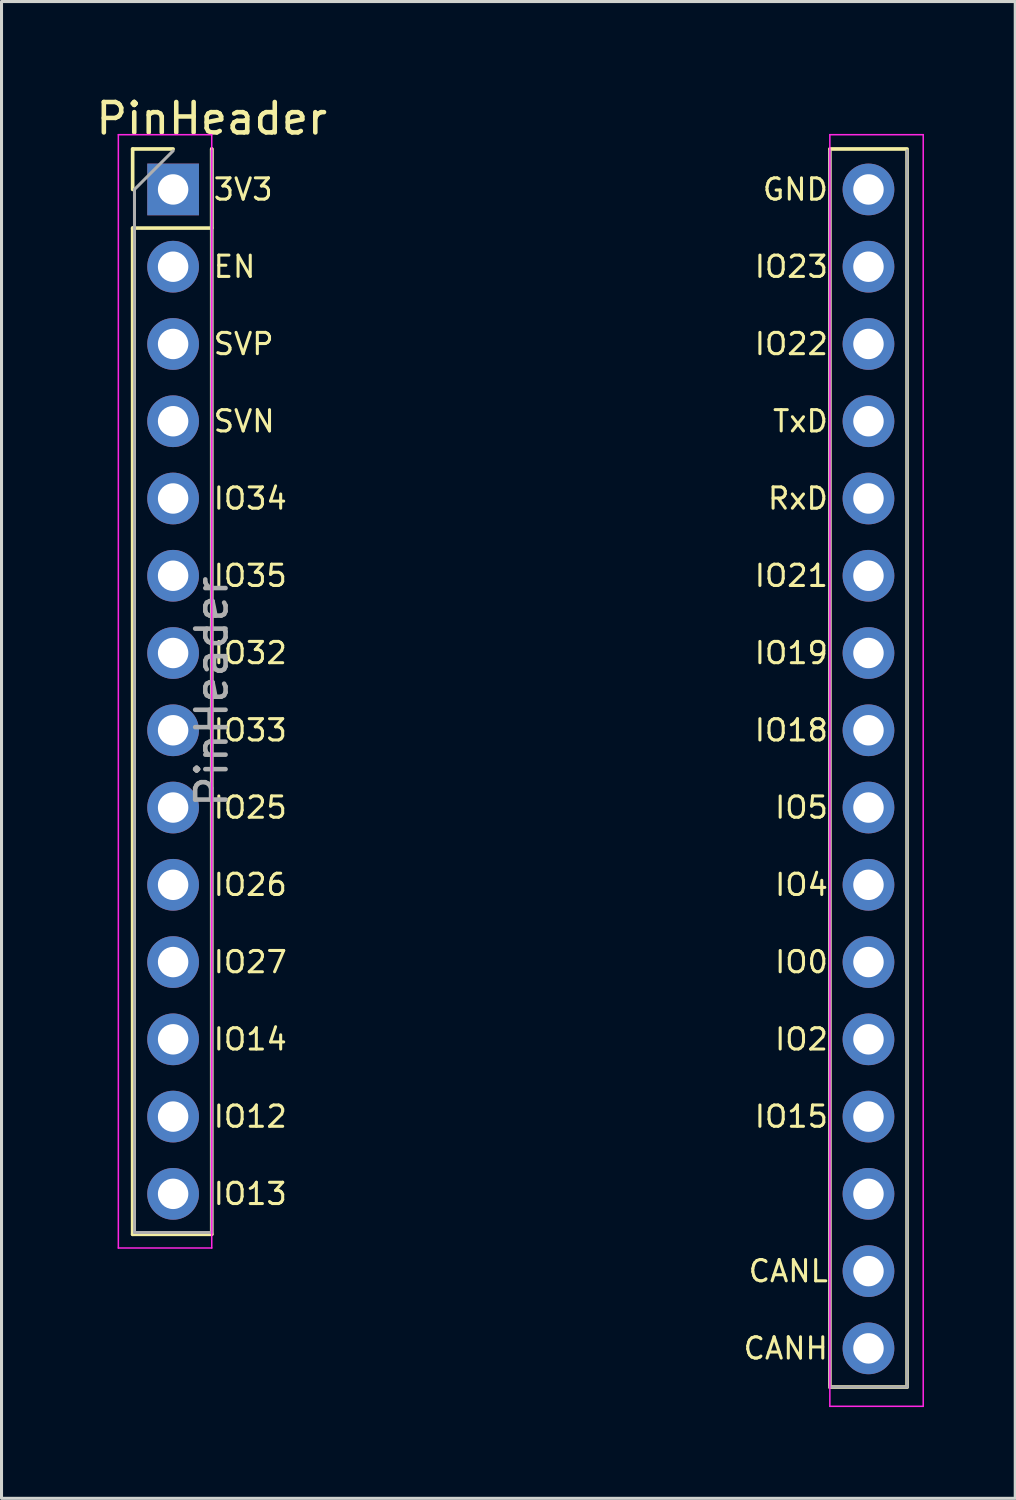
<source format=kicad_pcb>
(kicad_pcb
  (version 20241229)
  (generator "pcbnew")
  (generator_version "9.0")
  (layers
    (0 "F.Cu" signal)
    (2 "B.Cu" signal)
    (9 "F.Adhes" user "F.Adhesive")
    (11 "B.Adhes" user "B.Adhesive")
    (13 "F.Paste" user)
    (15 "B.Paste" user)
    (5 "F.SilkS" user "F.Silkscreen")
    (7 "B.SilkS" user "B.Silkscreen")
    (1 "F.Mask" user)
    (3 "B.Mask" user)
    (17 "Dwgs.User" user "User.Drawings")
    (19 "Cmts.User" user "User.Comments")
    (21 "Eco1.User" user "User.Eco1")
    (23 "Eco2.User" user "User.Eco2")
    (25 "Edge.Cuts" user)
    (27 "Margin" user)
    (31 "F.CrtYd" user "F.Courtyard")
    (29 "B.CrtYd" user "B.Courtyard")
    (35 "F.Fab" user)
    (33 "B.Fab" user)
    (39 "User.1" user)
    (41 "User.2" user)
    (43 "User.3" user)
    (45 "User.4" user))
  (footprint "PinHeader"
    (layer "F.Cu")
    (at 2.641 3.178)
    (property "Reference" "PinHeader" (at 1.27 -2.33 0) (layer "F.SilkS") (effects (font (size 1 1) (thickness 0.15))))
    (attr through_hole)
    (fp_line (start -1.33 -1.33) (end 0 -1.33) (stroke (width 0.12) (type solid)) (layer "F.SilkS"))
    (fp_line (start -1.33 0) (end -1.33 -1.33) (stroke (width 0.12) (type solid)) (layer "F.SilkS"))
    (fp_line (start -1.33 1.27) (end -1.33 34.35) (stroke (width 0.12) (type solid)) (layer "F.SilkS"))
    (fp_line (start -1.33 1.27) (end 1.27 1.27) (stroke (width 0.12) (type solid)) (layer "F.SilkS"))
    (fp_line (start -1.33 34.35) (end 1.27 34.35) (stroke (width 0.12) (type solid)) (layer "F.SilkS"))
    (fp_line (start 1.27 -1.33) (end 1.27 34.35) (stroke (width 0.12) (type solid)) (layer "F.SilkS"))
    (fp_line (start 1.27 1.27) (end 1.27 -1.33) (stroke (width 0.12) (type solid)) (layer "F.SilkS"))
    (fp_line (start 21.59 -1.33) (end 24.13 -1.33) (stroke (width 0.12) (type solid)) (layer "F.SilkS"))
    (fp_line (start 21.59 -1.27) (end 21.59 39.37) (stroke (width 0.12) (type solid)) (layer "F.SilkS"))
    (fp_line (start 21.59 39.37) (end 24.13 39.37) (stroke (width 0.12) (type solid)) (layer "F.SilkS"))
    (fp_line (start 24.13 -1.27) (end 24.13 39.37) (stroke (width 0.12) (type solid)) (layer "F.SilkS"))
    (fp_line (start -1.8 -1.8) (end -1.8 34.8) (stroke (width 0.05) (type solid)) (layer "F.CrtYd"))
    (fp_line (start -1.8 34.8) (end 1.27 34.8) (stroke (width 0.05) (type solid)) (layer "F.CrtYd"))
    (fp_line (start 1.27 -1.8) (end -1.8 -1.8) (stroke (width 0.05) (type solid)) (layer "F.CrtYd"))
    (fp_line (start 1.27 34.8) (end 1.27 -1.8) (stroke (width 0.05) (type solid)) (layer "F.CrtYd"))
    (fp_line (start 21.59 -1.8) (end 21.59 40.005) (stroke (width 0.05) (type solid)) (layer "F.CrtYd"))
    (fp_line (start 21.59 40.005) (end 24.66 40.005) (stroke (width 0.05) (type solid)) (layer "F.CrtYd"))
    (fp_line (start 24.66 -1.8) (end 21.59 -1.8) (stroke (width 0.05) (type solid)) (layer "F.CrtYd"))
    (fp_line (start 24.66 -1.8) (end 24.66 40.005) (stroke (width 0.05) (type solid)) (layer "F.CrtYd"))
    (fp_line (start -1.27 0) (end 0 -1.27) (stroke (width 0.1) (type solid)) (layer "F.Fab"))
    (fp_line (start -1.27 34.29) (end -1.27 0) (stroke (width 0.1) (type solid)) (layer "F.Fab"))
    (fp_line (start 1.27 -1.27) (end 1.27 34.29) (stroke (width 0.1) (type solid)) (layer "F.Fab"))
    (fp_line (start 1.27 34.29) (end -1.27 34.29) (stroke (width 0.1) (type solid)) (layer "F.Fab"))
    (fp_line (start 21.59 39.37) (end 21.59 -1.27) (stroke (width 0.1) (type solid)) (layer "F.Fab"))
    (fp_line (start 24.13 -1.27) (end 24.13 39.37) (stroke (width 0.1) (type solid)) (layer "F.Fab"))
    (fp_line (start 24.13 39.37) (end 21.59 39.37) (stroke (width 0.1) (type solid)) (layer "F.Fab"))
    (fp_text user "IO2" (at 21.59 27.94 0) (layer "F.SilkS") (effects (font (size 0.7 0.7) (thickness 0.1)) (justify right)))
    (fp_text user "IO34" (at 1.27 10.16 0) (layer "F.SilkS") (effects (font (size 0.7 0.7) (thickness 0.1)) (justify left)))
    (fp_text user "IO15" (at 21.59 30.48 0) (layer "F.SilkS") (effects (font (size 0.7 0.7) (thickness 0.1)) (justify right)))
    (fp_text user "IO27" (at 1.27 25.4 0) (layer "F.SilkS") (effects (font (size 0.7 0.7) (thickness 0.1)) (justify left)))
    (fp_text user "EN" (at 1.27 2.54 0) (layer "F.SilkS") (effects (font (size 0.7 0.7) (thickness 0.1)) (justify left)))
    (fp_text user "IO25" (at 1.27 20.32 0) (layer "F.SilkS") (effects (font (size 0.7 0.7) (thickness 0.1)) (justify left)))
    (fp_text user "IO0" (at 21.59 25.4 0) (layer "F.SilkS") (effects (font (size 0.7 0.7) (thickness 0.1)) (justify right)))
    (fp_text user "IO13" (at 1.27 33.02 0) (layer "F.SilkS") (effects (font (size 0.7 0.7) (thickness 0.1)) (justify left)))
    (fp_text user "RxD" (at 21.59 10.16 0) (layer "F.SilkS") (effects (font (size 0.7 0.7) (thickness 0.1)) (justify right)))
    (fp_text user "IO12" (at 1.27 30.48 0) (layer "F.SilkS") (effects (font (size 0.7 0.7) (thickness 0.1)) (justify left)))
    (fp_text user "IO5" (at 21.59 20.32 0) (layer "F.SilkS") (effects (font (size 0.7 0.7) (thickness 0.1)) (justify right)))
    (fp_text user "IO35" (at 1.27 12.7 0) (layer "F.SilkS") (effects (font (size 0.7 0.7) (thickness 0.1)) (justify left)))
    (fp_text user "IO22" (at 21.59 5.08 0) (layer "F.SilkS") (effects (font (size 0.7 0.7) (thickness 0.1)) (justify right)))
    (fp_text user "IO4" (at 21.59 22.86 0) (layer "F.SilkS") (effects (font (size 0.7 0.7) (thickness 0.1)) (justify right)))
    (fp_text user "IO23" (at 21.59 2.54 0) (layer "F.SilkS") (effects (font (size 0.7 0.7) (thickness 0.1)) (justify right)))
    (fp_text user "IO21" (at 21.59 12.7 0) (layer "F.SilkS") (effects (font (size 0.7 0.7) (thickness 0.1)) (justify right)))
    (fp_text user "IO18" (at 21.59 17.78 0) (layer "F.SilkS") (effects (font (size 0.7 0.7) (thickness 0.1)) (justify right)))
    (fp_text user "TxD" (at 21.59 7.62 0) (layer "F.SilkS") (effects (font (size 0.7 0.7) (thickness 0.1)) (justify right)))
    (fp_text user "IO32" (at 1.27 15.24 0) (layer "F.SilkS") (effects (font (size 0.7 0.7) (thickness 0.1)) (justify left)))
    (fp_text user "GND" (at 21.59 0 0) (layer "F.SilkS") (effects (font (size 0.7 0.7) (thickness 0.1)) (justify right)))
    (fp_text user "CANH" (at 21.59 38.1 0) (layer "F.SilkS") (effects (font (size 0.7 0.7) (thickness 0.1)) (justify right)))
    (fp_text user "SVN" (at 1.27 7.62 0) (layer "F.SilkS") (effects (font (size 0.7 0.7) (thickness 0.1)) (justify left)))
    (fp_text user "IO33" (at 1.27 17.78 0) (layer "F.SilkS") (effects (font (size 0.7 0.7) (thickness 0.1)) (justify left)))
    (fp_text user "SVP" (at 1.27 5.08 0) (layer "F.SilkS") (effects (font (size 0.7 0.7) (thickness 0.1)) (justify left)))
    (fp_text user "IO19" (at 21.59 15.24 0) (layer "F.SilkS") (effects (font (size 0.7 0.7) (thickness 0.1)) (justify right)))
    (fp_text user "IO14" (at 1.27 27.94 0) (layer "F.SilkS") (effects (font (size 0.7 0.7) (thickness 0.1)) (justify left)))
    (fp_text user "3V3" (at 1.27 0 0) (layer "F.SilkS") (effects (font (size 0.7 0.7) (thickness 0.1)) (justify left)))
    (fp_text user "CANL" (at 21.59 35.56 0) (layer "F.SilkS") (effects (font (size 0.7 0.7) (thickness 0.1)) (justify right)))
    (fp_text user "IO26" (at 1.27 22.86 0) (layer "F.SilkS") (effects (font (size 0.7 0.7) (thickness 0.1)) (justify left)))
    (fp_text user "${REFERENCE}" (at 1.27 16.51 90) (layer "F.Fab") (effects (font (size 1 1) (thickness 0.15))))
    (pad "1" thru_hole rect (at 0 0) (size 1.7 1.7) (drill 1) (layers "*.Cu" "*.Mask"))
    (pad "2" thru_hole oval (at 0 2.54) (size 1.7 1.7) (drill 1) (layers "*.Cu" "*.Mask"))
    (pad "3" thru_hole oval (at 0 5.08) (size 1.7 1.7) (drill 1) (layers "*.Cu" "*.Mask"))
    (pad "4" thru_hole oval (at 0 7.62) (size 1.7 1.7) (drill 1) (layers "*.Cu" "*.Mask"))
    (pad "5" thru_hole oval (at 0 10.16) (size 1.7 1.7) (drill 1) (layers "*.Cu" "*.Mask"))
    (pad "6" thru_hole oval (at 0 12.7) (size 1.7 1.7) (drill 1) (layers "*.Cu" "*.Mask"))
    (pad "7" thru_hole oval (at 0 15.24) (size 1.7 1.7) (drill 1) (layers "*.Cu" "*.Mask"))
    (pad "8" thru_hole oval (at 0 17.78) (size 1.7 1.7) (drill 1) (layers "*.Cu" "*.Mask"))
    (pad "9" thru_hole oval (at 0 20.32) (size 1.7 1.7) (drill 1) (layers "*.Cu" "*.Mask"))
    (pad "10" thru_hole oval (at 0 22.86) (size 1.7 1.7) (drill 1) (layers "*.Cu" "*.Mask"))
    (pad "11" thru_hole oval (at 0 25.4) (size 1.7 1.7) (drill 1) (layers "*.Cu" "*.Mask"))
    (pad "12" thru_hole oval (at 0 27.94) (size 1.7 1.7) (drill 1) (layers "*.Cu" "*.Mask"))
    (pad "13" thru_hole oval (at 0 30.48) (size 1.7 1.7) (drill 1) (layers "*.Cu" "*.Mask"))
    (pad "14" thru_hole oval (at 0 33.02) (size 1.7 1.7) (drill 1) (layers "*.Cu" "*.Mask"))
    (pad "15" thru_hole oval (at 22.86 38.1) (size 1.7 1.7) (drill 1) (layers "*.Cu" "*.Mask"))
    (pad "16" thru_hole oval (at 22.86 35.56) (size 1.7 1.7) (drill 1) (layers "*.Cu" "*.Mask"))
    (pad "17" thru_hole oval (at 22.86 33.02) (size 1.7 1.7) (drill 1) (layers "*.Cu" "*.Mask"))
    (pad "18" thru_hole oval (at 22.86 30.48) (size 1.7 1.7) (drill 1) (layers "*.Cu" "*.Mask"))
    (pad "19" thru_hole oval (at 22.86 27.94) (size 1.7 1.7) (drill 1) (layers "*.Cu" "*.Mask"))
    (pad "20" thru_hole oval (at 22.86 25.4) (size 1.7 1.7) (drill 1) (layers "*.Cu" "*.Mask"))
    (pad "21" thru_hole oval (at 22.86 22.86) (size 1.7 1.7) (drill 1) (layers "*.Cu" "*.Mask"))
    (pad "22" thru_hole oval (at 22.86 20.32) (size 1.7 1.7) (drill 1) (layers "*.Cu" "*.Mask"))
    (pad "23" thru_hole oval (at 22.86 17.78) (size 1.7 1.7) (drill 1) (layers "*.Cu" "*.Mask"))
    (pad "24" thru_hole oval (at 22.86 15.24) (size 1.7 1.7) (drill 1) (layers "*.Cu" "*.Mask"))
    (pad "25" thru_hole oval (at 22.86 12.7) (size 1.7 1.7) (drill 1) (layers "*.Cu" "*.Mask"))
    (pad "26" thru_hole oval (at 22.86 10.16) (size 1.7 1.7) (drill 1) (layers "*.Cu" "*.Mask"))
    (pad "27" thru_hole oval (at 22.86 7.62) (size 1.7 1.7) (drill 1) (layers "*.Cu" "*.Mask"))
    (pad "28" thru_hole oval (at 22.86 5.08) (size 1.7 1.7) (drill 1) (layers "*.Cu" "*.Mask"))
    (pad "29" thru_hole oval (at 22.86 2.54) (size 1.7 1.7) (drill 1) (layers "*.Cu" "*.Mask"))
    (pad "30" thru_hole oval (at 22.86 0) (size 1.7 1.7) (drill 1) (layers "*.Cu" "*.Mask")))
  (gr_rect
    (start -3 -3)
    (end 30.326 46.208)
    (stroke (width 0.1) (type default))
    (fill no)
    (layer "Edge.Cuts")))
</source>
